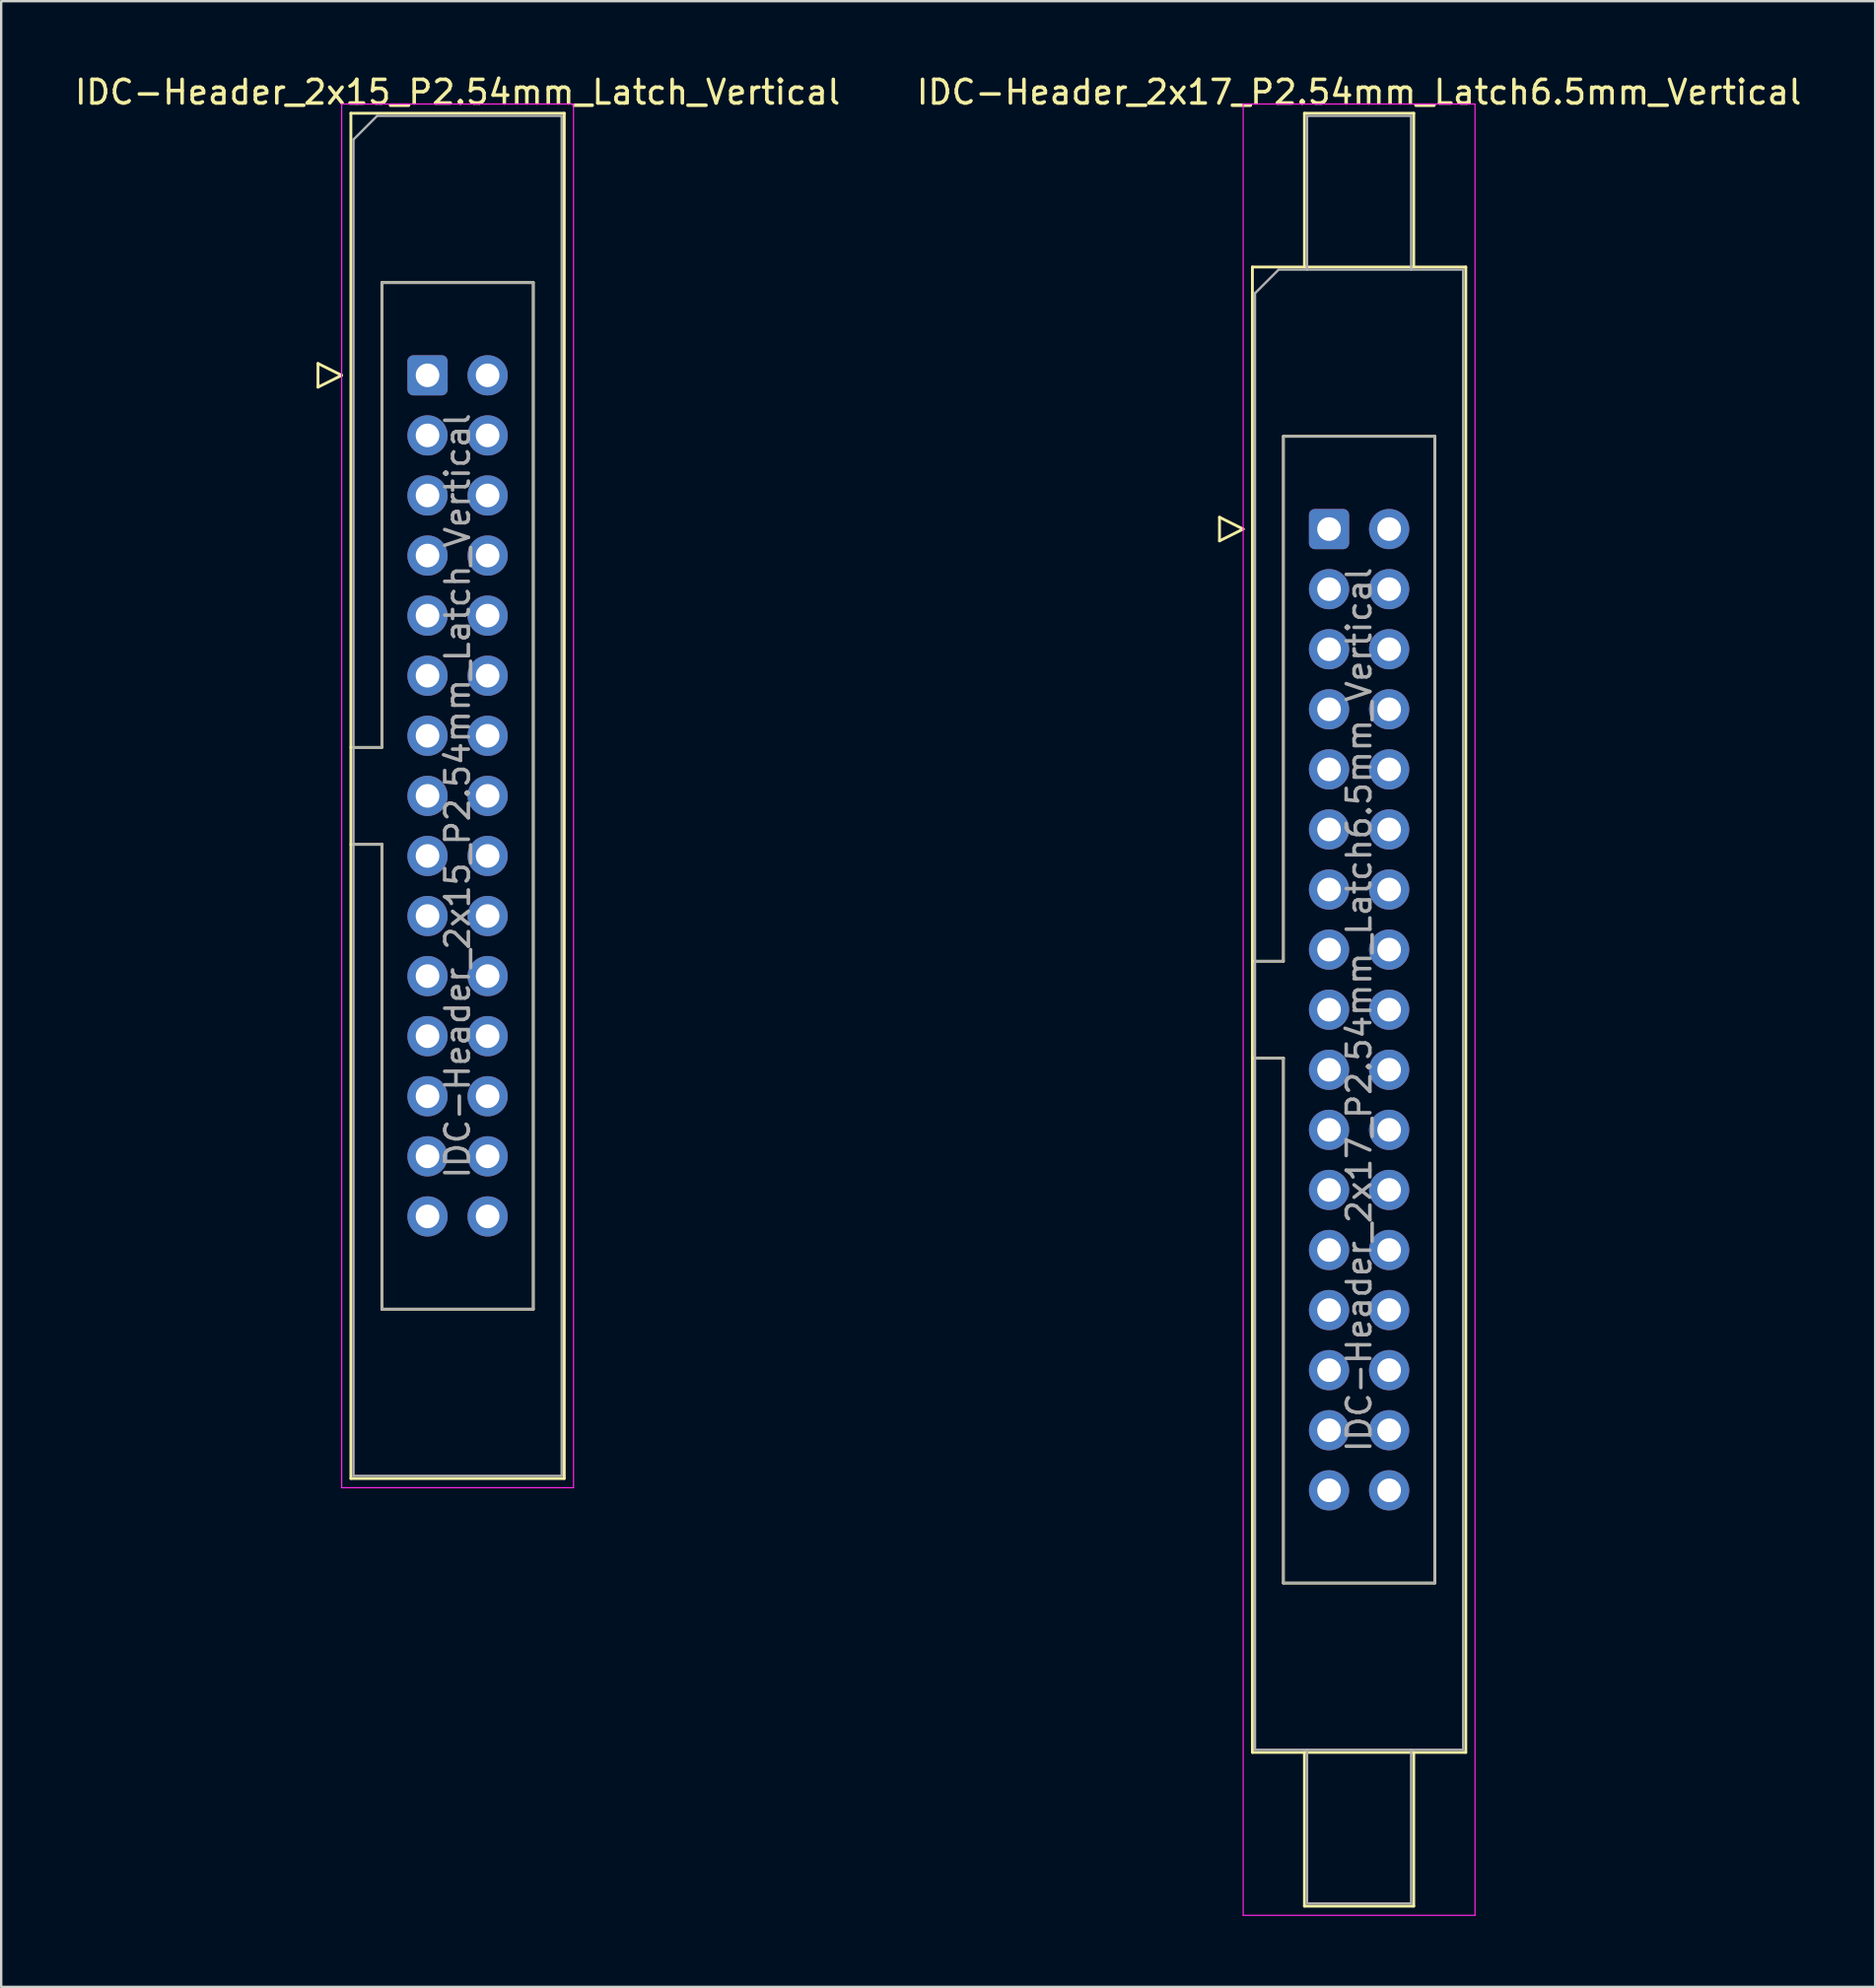
<source format=kicad_pcb>
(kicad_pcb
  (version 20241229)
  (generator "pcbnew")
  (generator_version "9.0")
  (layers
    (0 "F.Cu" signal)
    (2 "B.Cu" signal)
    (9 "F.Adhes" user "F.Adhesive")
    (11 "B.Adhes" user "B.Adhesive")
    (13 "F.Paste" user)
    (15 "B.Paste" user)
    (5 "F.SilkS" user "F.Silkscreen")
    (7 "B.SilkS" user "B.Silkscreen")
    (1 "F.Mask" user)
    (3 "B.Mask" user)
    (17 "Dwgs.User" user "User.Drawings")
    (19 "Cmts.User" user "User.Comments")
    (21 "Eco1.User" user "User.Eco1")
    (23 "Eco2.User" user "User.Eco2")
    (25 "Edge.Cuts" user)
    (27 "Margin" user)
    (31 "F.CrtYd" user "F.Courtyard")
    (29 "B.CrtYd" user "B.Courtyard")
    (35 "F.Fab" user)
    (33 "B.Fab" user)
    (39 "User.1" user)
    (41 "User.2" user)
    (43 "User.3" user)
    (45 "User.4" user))
  (footprint "IDC-Header_2x15_P2.54mm_Latch_Vertical"
    (layer "F.Cu")
    (at 15.022 12.818)
    (property "Reference" "IDC-Header_2x15_P2.54mm_Latch_Vertical" (at 1.27 -11.97 0) (layer "F.SilkS") (effects (font (size 1 1) (thickness 0.15))))
    (attr through_hole)
    (fp_line (start -4.63 -0.5) (end -4.63 0.5) (stroke (width 0.12) (type solid)) (layer "F.SilkS"))
    (fp_line (start -4.63 0.5) (end -3.63 0) (stroke (width 0.12) (type solid)) (layer "F.SilkS"))
    (fp_line (start -3.63 0) (end -4.63 -0.5) (stroke (width 0.12) (type solid)) (layer "F.SilkS"))
    (fp_line (start -3.24 -11.08) (end 5.78 -11.08) (stroke (width 0.12) (type solid)) (layer "F.SilkS"))
    (fp_line (start -3.24 15.73) (end -1.93 15.73) (stroke (width 0.12) (type solid)) (layer "F.SilkS"))
    (fp_line (start -3.24 46.64) (end -3.24 -11.08) (stroke (width 0.12) (type solid)) (layer "F.SilkS"))
    (fp_line (start -1.93 -3.92) (end 4.47 -3.92) (stroke (width 0.12) (type solid)) (layer "F.SilkS"))
    (fp_line (start -1.93 15.73) (end -1.93 -3.92) (stroke (width 0.12) (type solid)) (layer "F.SilkS"))
    (fp_line (start -1.93 19.83) (end -3.24 19.83) (stroke (width 0.12) (type solid)) (layer "F.SilkS"))
    (fp_line (start -1.93 19.83) (end -1.93 19.83) (stroke (width 0.12) (type solid)) (layer "F.SilkS"))
    (fp_line (start -1.93 39.48) (end -1.93 19.83) (stroke (width 0.12) (type solid)) (layer "F.SilkS"))
    (fp_line (start 4.47 -3.92) (end 4.47 39.48) (stroke (width 0.12) (type solid)) (layer "F.SilkS"))
    (fp_line (start 4.47 39.48) (end -1.93 39.48) (stroke (width 0.12) (type solid)) (layer "F.SilkS"))
    (fp_line (start 5.78 -11.08) (end 5.78 46.64) (stroke (width 0.12) (type solid)) (layer "F.SilkS"))
    (fp_line (start 5.78 46.64) (end -3.24 46.64) (stroke (width 0.12) (type solid)) (layer "F.SilkS"))
    (fp_line (start -3.63 -11.47) (end -3.63 47.03) (stroke (width 0.05) (type solid)) (layer "F.CrtYd"))
    (fp_line (start -3.63 47.03) (end 6.17 47.03) (stroke (width 0.05) (type solid)) (layer "F.CrtYd"))
    (fp_line (start 6.17 -11.47) (end -3.63 -11.47) (stroke (width 0.05) (type solid)) (layer "F.CrtYd"))
    (fp_line (start 6.17 47.03) (end 6.17 -11.47) (stroke (width 0.05) (type solid)) (layer "F.CrtYd"))
    (fp_line (start -3.13 -9.97) (end -2.13 -10.97) (stroke (width 0.1) (type solid)) (layer "F.Fab"))
    (fp_line (start -3.13 15.73) (end -1.93 15.73) (stroke (width 0.1) (type solid)) (layer "F.Fab"))
    (fp_line (start -3.13 46.53) (end -3.13 -9.97) (stroke (width 0.1) (type solid)) (layer "F.Fab"))
    (fp_line (start -2.13 -10.97) (end 5.67 -10.97) (stroke (width 0.1) (type solid)) (layer "F.Fab"))
    (fp_line (start -1.93 -3.92) (end 4.47 -3.92) (stroke (width 0.1) (type solid)) (layer "F.Fab"))
    (fp_line (start -1.93 15.73) (end -1.93 -3.92) (stroke (width 0.1) (type solid)) (layer "F.Fab"))
    (fp_line (start -1.93 19.83) (end -3.13 19.83) (stroke (width 0.1) (type solid)) (layer "F.Fab"))
    (fp_line (start -1.93 19.83) (end -1.93 19.83) (stroke (width 0.1) (type solid)) (layer "F.Fab"))
    (fp_line (start -1.93 39.48) (end -1.93 19.83) (stroke (width 0.1) (type solid)) (layer "F.Fab"))
    (fp_line (start 4.47 -3.92) (end 4.47 39.48) (stroke (width 0.1) (type solid)) (layer "F.Fab"))
    (fp_line (start 4.47 39.48) (end -1.93 39.48) (stroke (width 0.1) (type solid)) (layer "F.Fab"))
    (fp_line (start 5.67 -10.97) (end 5.67 46.53) (stroke (width 0.1) (type solid)) (layer "F.Fab"))
    (fp_line (start 5.67 46.53) (end -3.13 46.53) (stroke (width 0.1) (type solid)) (layer "F.Fab"))
    (fp_text user "${REFERENCE}" (at 1.27 17.78 90) (layer "F.Fab") (effects (font (size 1 1) (thickness 0.15))))
    (pad "1" thru_hole roundrect (at 0 0) (size 1.7 1.7) (drill 1) (layers "*.Cu" "*.Mask") (roundrect_rratio 0.147))
    (pad "2" thru_hole circle (at 2.54 0) (size 1.7 1.7) (drill 1) (layers "*.Cu" "*.Mask"))
    (pad "3" thru_hole circle (at 0 2.54) (size 1.7 1.7) (drill 1) (layers "*.Cu" "*.Mask"))
    (pad "4" thru_hole circle (at 2.54 2.54) (size 1.7 1.7) (drill 1) (layers "*.Cu" "*.Mask"))
    (pad "5" thru_hole circle (at 0 5.08) (size 1.7 1.7) (drill 1) (layers "*.Cu" "*.Mask"))
    (pad "6" thru_hole circle (at 2.54 5.08) (size 1.7 1.7) (drill 1) (layers "*.Cu" "*.Mask"))
    (pad "7" thru_hole circle (at 0 7.62) (size 1.7 1.7) (drill 1) (layers "*.Cu" "*.Mask"))
    (pad "8" thru_hole circle (at 2.54 7.62) (size 1.7 1.7) (drill 1) (layers "*.Cu" "*.Mask"))
    (pad "9" thru_hole circle (at 0 10.16) (size 1.7 1.7) (drill 1) (layers "*.Cu" "*.Mask"))
    (pad "10" thru_hole circle (at 2.54 10.16) (size 1.7 1.7) (drill 1) (layers "*.Cu" "*.Mask"))
    (pad "11" thru_hole circle (at 0 12.7) (size 1.7 1.7) (drill 1) (layers "*.Cu" "*.Mask"))
    (pad "12" thru_hole circle (at 2.54 12.7) (size 1.7 1.7) (drill 1) (layers "*.Cu" "*.Mask"))
    (pad "13" thru_hole circle (at 0 15.24) (size 1.7 1.7) (drill 1) (layers "*.Cu" "*.Mask"))
    (pad "14" thru_hole circle (at 2.54 15.24) (size 1.7 1.7) (drill 1) (layers "*.Cu" "*.Mask"))
    (pad "15" thru_hole circle (at 0 17.78) (size 1.7 1.7) (drill 1) (layers "*.Cu" "*.Mask"))
    (pad "16" thru_hole circle (at 2.54 17.78) (size 1.7 1.7) (drill 1) (layers "*.Cu" "*.Mask"))
    (pad "17" thru_hole circle (at 0 20.32) (size 1.7 1.7) (drill 1) (layers "*.Cu" "*.Mask"))
    (pad "18" thru_hole circle (at 2.54 20.32) (size 1.7 1.7) (drill 1) (layers "*.Cu" "*.Mask"))
    (pad "19" thru_hole circle (at 0 22.86) (size 1.7 1.7) (drill 1) (layers "*.Cu" "*.Mask"))
    (pad "20" thru_hole circle (at 2.54 22.86) (size 1.7 1.7) (drill 1) (layers "*.Cu" "*.Mask"))
    (pad "21" thru_hole circle (at 0 25.4) (size 1.7 1.7) (drill 1) (layers "*.Cu" "*.Mask"))
    (pad "22" thru_hole circle (at 2.54 25.4) (size 1.7 1.7) (drill 1) (layers "*.Cu" "*.Mask"))
    (pad "23" thru_hole circle (at 0 27.94) (size 1.7 1.7) (drill 1) (layers "*.Cu" "*.Mask"))
    (pad "24" thru_hole circle (at 2.54 27.94) (size 1.7 1.7) (drill 1) (layers "*.Cu" "*.Mask"))
    (pad "25" thru_hole circle (at 0 30.48) (size 1.7 1.7) (drill 1) (layers "*.Cu" "*.Mask"))
    (pad "26" thru_hole circle (at 2.54 30.48) (size 1.7 1.7) (drill 1) (layers "*.Cu" "*.Mask"))
    (pad "27" thru_hole circle (at 0 33.02) (size 1.7 1.7) (drill 1) (layers "*.Cu" "*.Mask"))
    (pad "28" thru_hole circle (at 2.54 33.02) (size 1.7 1.7) (drill 1) (layers "*.Cu" "*.Mask"))
    (pad "29" thru_hole circle (at 0 35.56) (size 1.7 1.7) (drill 1) (layers "*.Cu" "*.Mask"))
    (pad "30" thru_hole circle (at 2.54 35.56) (size 1.7 1.7) (drill 1) (layers "*.Cu" "*.Mask")))
  (footprint "IDC-Header_2x17_P2.54mm_Latch6.5mm_Vertical"
    (layer "F.Cu")
    (at 53.129 19.318)
    (property "Reference" "IDC-Header_2x17_P2.54mm_Latch6.5mm_Vertical" (at 1.27 -18.47 0) (layer "F.SilkS") (effects (font (size 1 1) (thickness 0.15))))
    (attr through_hole)
    (fp_line (start -4.63 -0.5) (end -4.63 0.5) (stroke (width 0.12) (type solid)) (layer "F.SilkS"))
    (fp_line (start -4.63 0.5) (end -3.63 0) (stroke (width 0.12) (type solid)) (layer "F.SilkS"))
    (fp_line (start -3.63 0) (end -4.63 -0.5) (stroke (width 0.12) (type solid)) (layer "F.SilkS"))
    (fp_line (start -3.24 -11.08) (end 5.78 -11.08) (stroke (width 0.12) (type solid)) (layer "F.SilkS"))
    (fp_line (start -3.24 18.27) (end -1.93 18.27) (stroke (width 0.12) (type solid)) (layer "F.SilkS"))
    (fp_line (start -3.24 51.72) (end -3.24 -11.08) (stroke (width 0.12) (type solid)) (layer "F.SilkS"))
    (fp_line (start -1.93 -3.92) (end 4.47 -3.92) (stroke (width 0.12) (type solid)) (layer "F.SilkS"))
    (fp_line (start -1.93 18.27) (end -1.93 -3.92) (stroke (width 0.12) (type solid)) (layer "F.SilkS"))
    (fp_line (start -1.93 22.37) (end -3.24 22.37) (stroke (width 0.12) (type solid)) (layer "F.SilkS"))
    (fp_line (start -1.93 22.37) (end -1.93 22.37) (stroke (width 0.12) (type solid)) (layer "F.SilkS"))
    (fp_line (start -1.93 44.56) (end -1.93 22.37) (stroke (width 0.12) (type solid)) (layer "F.SilkS"))
    (fp_line (start -1.04 -17.58) (end 3.58 -17.58) (stroke (width 0.12) (type solid)) (layer "F.SilkS"))
    (fp_line (start -1.04 -11.08) (end -1.04 -17.58) (stroke (width 0.12) (type solid)) (layer "F.SilkS"))
    (fp_line (start -1.04 51.72) (end -1.04 58.22) (stroke (width 0.12) (type solid)) (layer "F.SilkS"))
    (fp_line (start -1.04 58.22) (end 3.58 58.22) (stroke (width 0.12) (type solid)) (layer "F.SilkS"))
    (fp_line (start 3.58 -17.58) (end 3.58 -11.08) (stroke (width 0.12) (type solid)) (layer "F.SilkS"))
    (fp_line (start 3.58 58.22) (end 3.58 51.72) (stroke (width 0.12) (type solid)) (layer "F.SilkS"))
    (fp_line (start 4.47 -3.92) (end 4.47 44.56) (stroke (width 0.12) (type solid)) (layer "F.SilkS"))
    (fp_line (start 4.47 44.56) (end -1.93 44.56) (stroke (width 0.12) (type solid)) (layer "F.SilkS"))
    (fp_line (start 5.78 -11.08) (end 5.78 51.72) (stroke (width 0.12) (type solid)) (layer "F.SilkS"))
    (fp_line (start 5.78 51.72) (end -3.24 51.72) (stroke (width 0.12) (type solid)) (layer "F.SilkS"))
    (fp_line (start -3.63 -17.97) (end -3.63 58.61) (stroke (width 0.05) (type solid)) (layer "F.CrtYd"))
    (fp_line (start -3.63 58.61) (end 6.17 58.61) (stroke (width 0.05) (type solid)) (layer "F.CrtYd"))
    (fp_line (start 6.17 -17.97) (end -3.63 -17.97) (stroke (width 0.05) (type solid)) (layer "F.CrtYd"))
    (fp_line (start 6.17 58.61) (end 6.17 -17.97) (stroke (width 0.05) (type solid)) (layer "F.CrtYd"))
    (fp_line (start -3.13 -9.97) (end -2.13 -10.97) (stroke (width 0.1) (type solid)) (layer "F.Fab"))
    (fp_line (start -3.13 18.27) (end -1.93 18.27) (stroke (width 0.1) (type solid)) (layer "F.Fab"))
    (fp_line (start -3.13 51.61) (end -3.13 -9.97) (stroke (width 0.1) (type solid)) (layer "F.Fab"))
    (fp_line (start -2.13 -10.97) (end 5.67 -10.97) (stroke (width 0.1) (type solid)) (layer "F.Fab"))
    (fp_line (start -1.93 -3.92) (end 4.47 -3.92) (stroke (width 0.1) (type solid)) (layer "F.Fab"))
    (fp_line (start -1.93 18.27) (end -1.93 -3.92) (stroke (width 0.1) (type solid)) (layer "F.Fab"))
    (fp_line (start -1.93 22.37) (end -3.13 22.37) (stroke (width 0.1) (type solid)) (layer "F.Fab"))
    (fp_line (start -1.93 22.37) (end -1.93 22.37) (stroke (width 0.1) (type solid)) (layer "F.Fab"))
    (fp_line (start -1.93 44.56) (end -1.93 22.37) (stroke (width 0.1) (type solid)) (layer "F.Fab"))
    (fp_line (start -0.93 -17.47) (end 3.47 -17.47) (stroke (width 0.1) (type solid)) (layer "F.Fab"))
    (fp_line (start -0.93 -10.97) (end -0.93 -17.47) (stroke (width 0.1) (type solid)) (layer "F.Fab"))
    (fp_line (start -0.93 51.61) (end -0.93 58.11) (stroke (width 0.1) (type solid)) (layer "F.Fab"))
    (fp_line (start -0.93 58.11) (end 3.47 58.11) (stroke (width 0.1) (type solid)) (layer "F.Fab"))
    (fp_line (start 3.47 -17.47) (end 3.47 -10.97) (stroke (width 0.1) (type solid)) (layer "F.Fab"))
    (fp_line (start 3.47 58.11) (end 3.47 51.61) (stroke (width 0.1) (type solid)) (layer "F.Fab"))
    (fp_line (start 4.47 -3.92) (end 4.47 44.56) (stroke (width 0.1) (type solid)) (layer "F.Fab"))
    (fp_line (start 4.47 44.56) (end -1.93 44.56) (stroke (width 0.1) (type solid)) (layer "F.Fab"))
    (fp_line (start 5.67 -10.97) (end 5.67 51.61) (stroke (width 0.1) (type solid)) (layer "F.Fab"))
    (fp_line (start 5.67 51.61) (end -3.13 51.61) (stroke (width 0.1) (type solid)) (layer "F.Fab"))
    (fp_text user "${REFERENCE}" (at 1.27 20.32 90) (layer "F.Fab") (effects (font (size 1 1) (thickness 0.15))))
    (pad "1" thru_hole roundrect (at 0 0) (size 1.7 1.7) (drill 1) (layers "*.Cu" "*.Mask") (roundrect_rratio 0.147))
    (pad "2" thru_hole circle (at 2.54 0) (size 1.7 1.7) (drill 1) (layers "*.Cu" "*.Mask"))
    (pad "3" thru_hole circle (at 0 2.54) (size 1.7 1.7) (drill 1) (layers "*.Cu" "*.Mask"))
    (pad "4" thru_hole circle (at 2.54 2.54) (size 1.7 1.7) (drill 1) (layers "*.Cu" "*.Mask"))
    (pad "5" thru_hole circle (at 0 5.08) (size 1.7 1.7) (drill 1) (layers "*.Cu" "*.Mask"))
    (pad "6" thru_hole circle (at 2.54 5.08) (size 1.7 1.7) (drill 1) (layers "*.Cu" "*.Mask"))
    (pad "7" thru_hole circle (at 0 7.62) (size 1.7 1.7) (drill 1) (layers "*.Cu" "*.Mask"))
    (pad "8" thru_hole circle (at 2.54 7.62) (size 1.7 1.7) (drill 1) (layers "*.Cu" "*.Mask"))
    (pad "9" thru_hole circle (at 0 10.16) (size 1.7 1.7) (drill 1) (layers "*.Cu" "*.Mask"))
    (pad "10" thru_hole circle (at 2.54 10.16) (size 1.7 1.7) (drill 1) (layers "*.Cu" "*.Mask"))
    (pad "11" thru_hole circle (at 0 12.7) (size 1.7 1.7) (drill 1) (layers "*.Cu" "*.Mask"))
    (pad "12" thru_hole circle (at 2.54 12.7) (size 1.7 1.7) (drill 1) (layers "*.Cu" "*.Mask"))
    (pad "13" thru_hole circle (at 0 15.24) (size 1.7 1.7) (drill 1) (layers "*.Cu" "*.Mask"))
    (pad "14" thru_hole circle (at 2.54 15.24) (size 1.7 1.7) (drill 1) (layers "*.Cu" "*.Mask"))
    (pad "15" thru_hole circle (at 0 17.78) (size 1.7 1.7) (drill 1) (layers "*.Cu" "*.Mask"))
    (pad "16" thru_hole circle (at 2.54 17.78) (size 1.7 1.7) (drill 1) (layers "*.Cu" "*.Mask"))
    (pad "17" thru_hole circle (at 0 20.32) (size 1.7 1.7) (drill 1) (layers "*.Cu" "*.Mask"))
    (pad "18" thru_hole circle (at 2.54 20.32) (size 1.7 1.7) (drill 1) (layers "*.Cu" "*.Mask"))
    (pad "19" thru_hole circle (at 0 22.86) (size 1.7 1.7) (drill 1) (layers "*.Cu" "*.Mask"))
    (pad "20" thru_hole circle (at 2.54 22.86) (size 1.7 1.7) (drill 1) (layers "*.Cu" "*.Mask"))
    (pad "21" thru_hole circle (at 0 25.4) (size 1.7 1.7) (drill 1) (layers "*.Cu" "*.Mask"))
    (pad "22" thru_hole circle (at 2.54 25.4) (size 1.7 1.7) (drill 1) (layers "*.Cu" "*.Mask"))
    (pad "23" thru_hole circle (at 0 27.94) (size 1.7 1.7) (drill 1) (layers "*.Cu" "*.Mask"))
    (pad "24" thru_hole circle (at 2.54 27.94) (size 1.7 1.7) (drill 1) (layers "*.Cu" "*.Mask"))
    (pad "25" thru_hole circle (at 0 30.48) (size 1.7 1.7) (drill 1) (layers "*.Cu" "*.Mask"))
    (pad "26" thru_hole circle (at 2.54 30.48) (size 1.7 1.7) (drill 1) (layers "*.Cu" "*.Mask"))
    (pad "27" thru_hole circle (at 0 33.02) (size 1.7 1.7) (drill 1) (layers "*.Cu" "*.Mask"))
    (pad "28" thru_hole circle (at 2.54 33.02) (size 1.7 1.7) (drill 1) (layers "*.Cu" "*.Mask"))
    (pad "29" thru_hole circle (at 0 35.56) (size 1.7 1.7) (drill 1) (layers "*.Cu" "*.Mask"))
    (pad "30" thru_hole circle (at 2.54 35.56) (size 1.7 1.7) (drill 1) (layers "*.Cu" "*.Mask"))
    (pad "31" thru_hole circle (at 0 38.1) (size 1.7 1.7) (drill 1) (layers "*.Cu" "*.Mask"))
    (pad "32" thru_hole circle (at 2.54 38.1) (size 1.7 1.7) (drill 1) (layers "*.Cu" "*.Mask"))
    (pad "33" thru_hole circle (at 0 40.64) (size 1.7 1.7) (drill 1) (layers "*.Cu" "*.Mask"))
    (pad "34" thru_hole circle (at 2.54 40.64) (size 1.7 1.7) (drill 1) (layers "*.Cu" "*.Mask")))
  (gr_rect
    (start -3 -3)
    (end 76.214 80.953)
    (stroke (width 0.1) (type default))
    (fill no)
    (layer "Edge.Cuts")))
</source>
